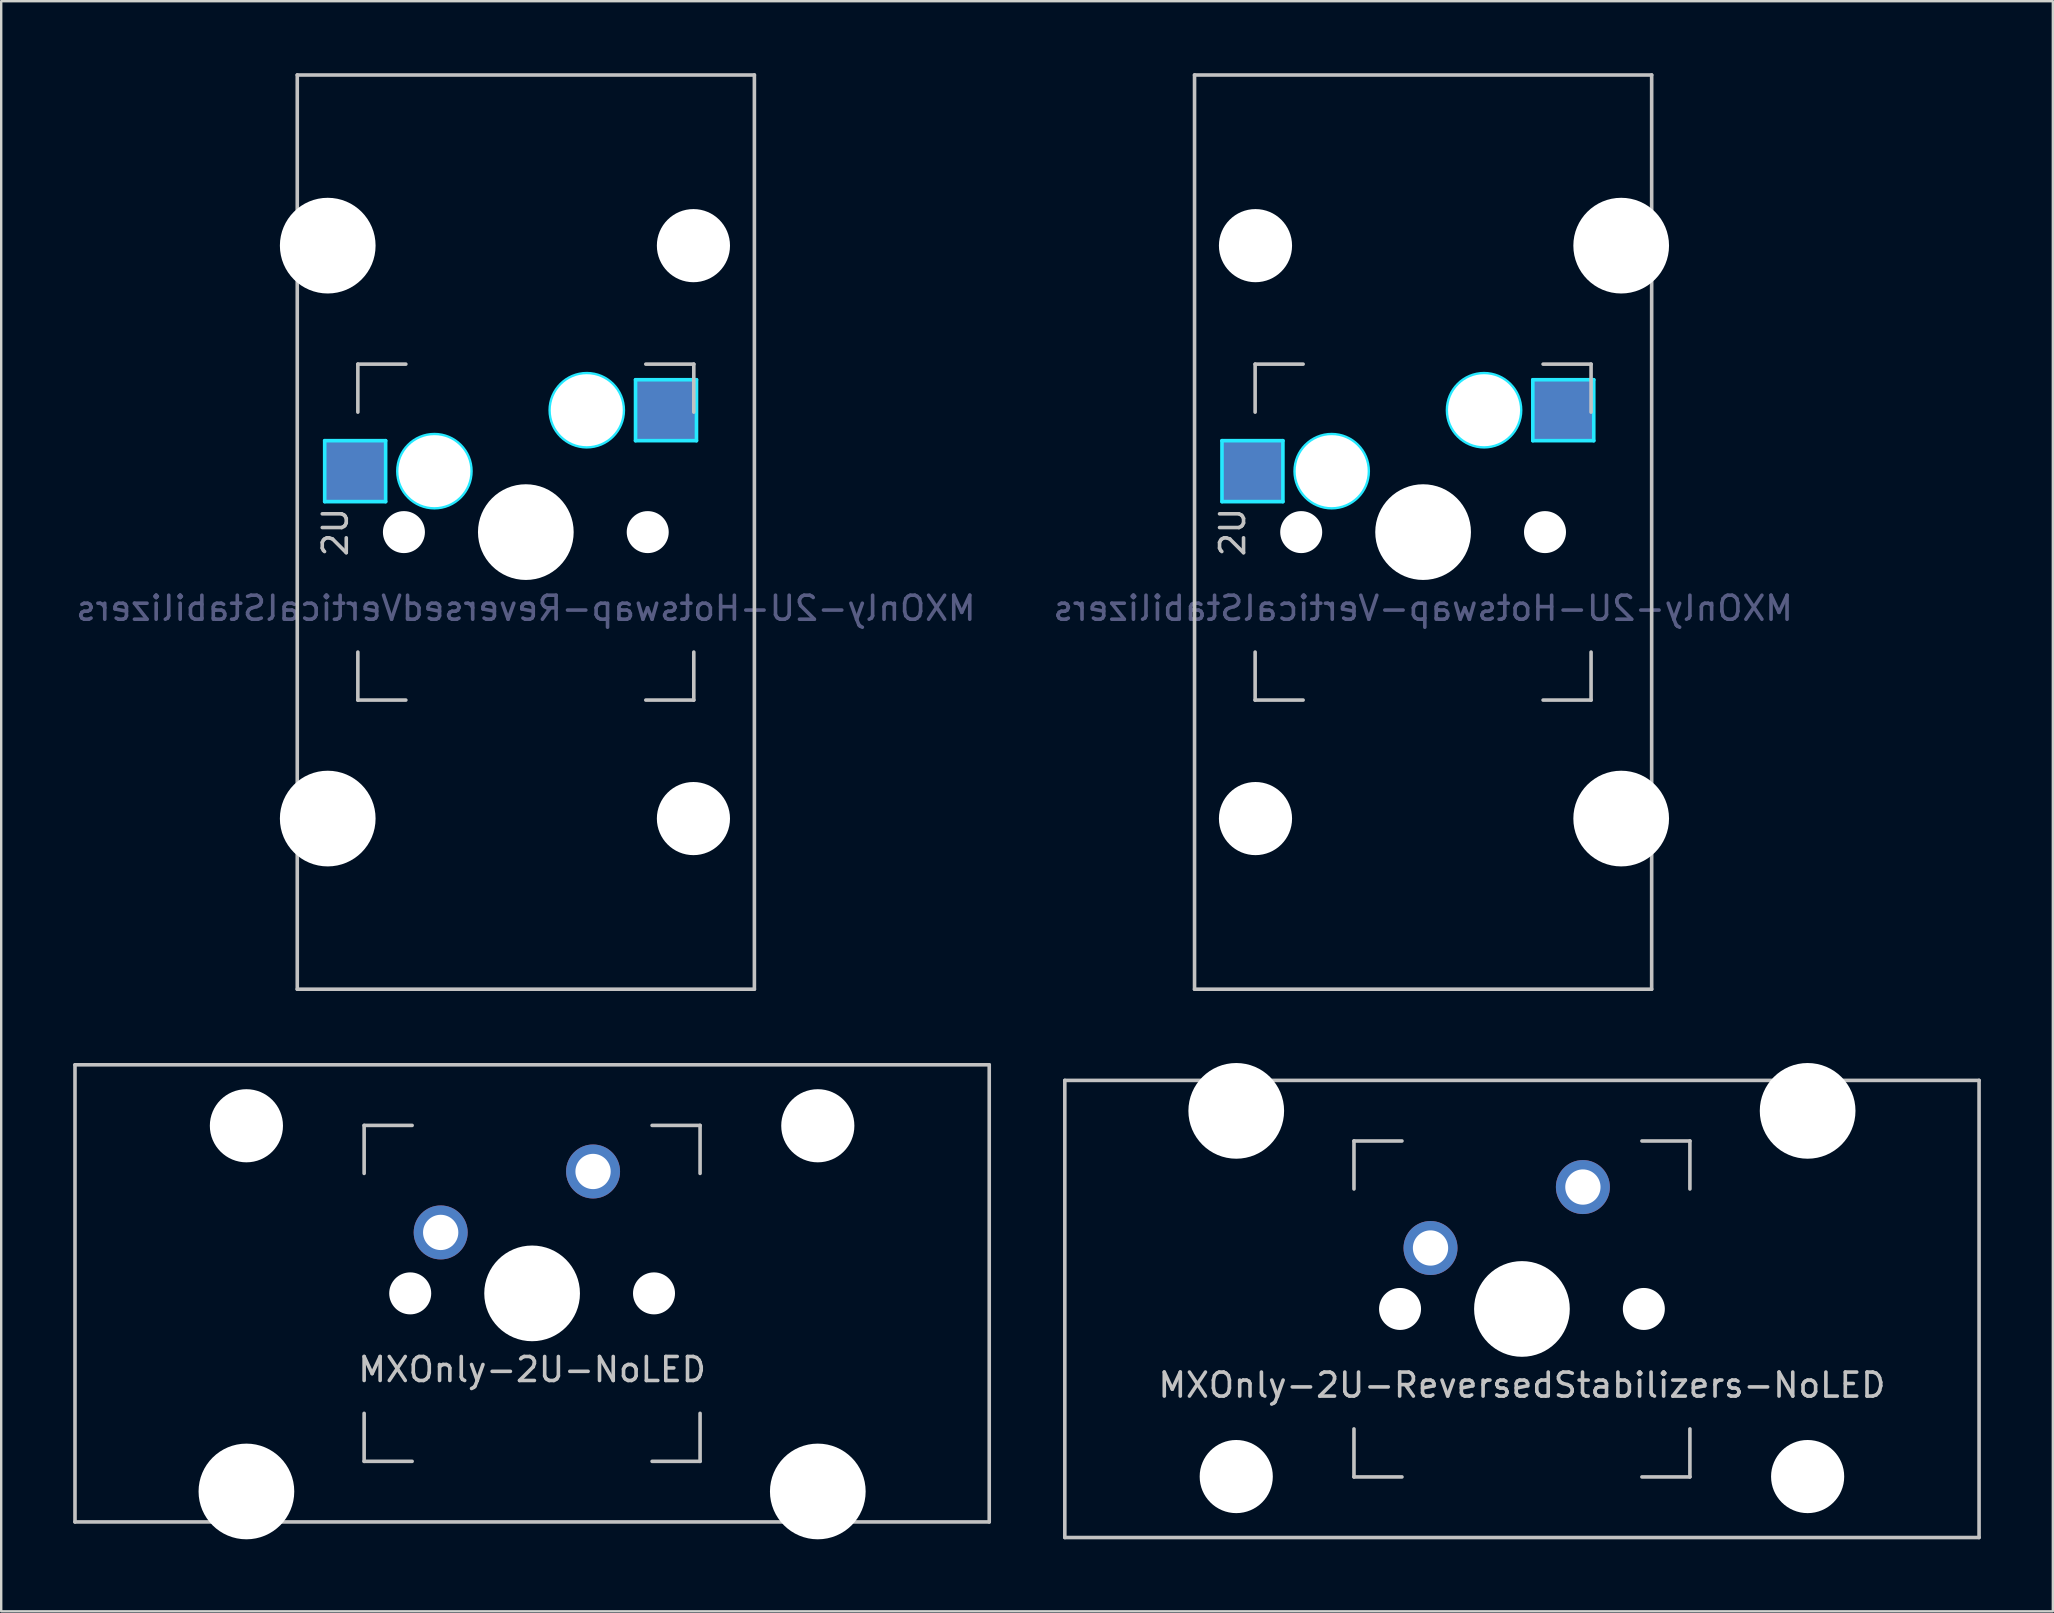
<source format=kicad_pcb>
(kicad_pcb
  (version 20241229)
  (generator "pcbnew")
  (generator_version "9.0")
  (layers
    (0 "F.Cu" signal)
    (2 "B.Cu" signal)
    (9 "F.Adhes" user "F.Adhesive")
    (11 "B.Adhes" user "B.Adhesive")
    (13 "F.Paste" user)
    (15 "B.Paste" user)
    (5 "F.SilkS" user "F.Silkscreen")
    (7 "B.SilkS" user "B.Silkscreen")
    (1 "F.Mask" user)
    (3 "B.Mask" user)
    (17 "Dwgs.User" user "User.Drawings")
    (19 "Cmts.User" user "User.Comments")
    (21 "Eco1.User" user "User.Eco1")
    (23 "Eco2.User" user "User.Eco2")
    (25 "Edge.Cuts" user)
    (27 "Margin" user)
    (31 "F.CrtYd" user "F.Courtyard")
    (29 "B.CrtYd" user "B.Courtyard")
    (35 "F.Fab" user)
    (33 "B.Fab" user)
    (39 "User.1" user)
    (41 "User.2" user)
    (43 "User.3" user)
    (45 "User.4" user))
  (footprint "MXOnly-2U-Hotswap-ReversedVerticalStabilizers"
    (layer "F.Cu")
    (at 18.863 19.125)
    (property "Reference" "MXOnly-2U-Hotswap-ReversedVerticalStabilizers" (at 0 3.175 0) (layer "B.Fab") (effects (font (size 1 1) (thickness 0.15)) (justify mirror)))
    (attr through_hole)
    (fp_line (start -9.525 -19.05) (end 9.525 -19.05) (stroke (width 0.15) (type solid)) (layer "Dwgs.User"))
    (fp_line (start -9.525 19.05) (end -9.525 -19.05) (stroke (width 0.15) (type solid)) (layer "Dwgs.User"))
    (fp_line (start -7 -7) (end -7 -5) (stroke (width 0.15) (type solid)) (layer "Dwgs.User"))
    (fp_line (start -7 5) (end -7 7) (stroke (width 0.15) (type solid)) (layer "Dwgs.User"))
    (fp_line (start -7 7) (end -5 7) (stroke (width 0.15) (type solid)) (layer "Dwgs.User"))
    (fp_line (start -5 -7) (end -7 -7) (stroke (width 0.15) (type solid)) (layer "Dwgs.User"))
    (fp_line (start 5 -7) (end 7 -7) (stroke (width 0.15) (type solid)) (layer "Dwgs.User"))
    (fp_line (start 5 7) (end 7 7) (stroke (width 0.15) (type solid)) (layer "Dwgs.User"))
    (fp_line (start 7 -7) (end 7 -5) (stroke (width 0.15) (type solid)) (layer "Dwgs.User"))
    (fp_line (start 7 7) (end 7 5) (stroke (width 0.15) (type solid)) (layer "Dwgs.User"))
    (fp_line (start 9.525 19.05) (end -9.525 19.05) (stroke (width 0.15) (type solid)) (layer "Dwgs.User"))
    (fp_line (start 9.525 19.05) (end 9.525 -19.05) (stroke (width 0.15) (type solid)) (layer "Dwgs.User"))
    (fp_line (start -8.382 -3.81) (end -5.842 -3.81) (stroke (width 0.15) (type solid)) (layer "B.CrtYd"))
    (fp_line (start -8.382 -1.27) (end -8.382 -3.81) (stroke (width 0.15) (type solid)) (layer "B.CrtYd"))
    (fp_line (start -5.842 -3.81) (end -5.842 -1.27) (stroke (width 0.15) (type solid)) (layer "B.CrtYd"))
    (fp_line (start -5.842 -1.27) (end -8.382 -1.27) (stroke (width 0.15) (type solid)) (layer "B.CrtYd"))
    (fp_line (start 4.572 -6.35) (end 7.112 -6.35) (stroke (width 0.15) (type solid)) (layer "B.CrtYd"))
    (fp_line (start 4.572 -3.81) (end 4.572 -6.35) (stroke (width 0.15) (type solid)) (layer "B.CrtYd"))
    (fp_line (start 7.112 -6.35) (end 7.112 -3.81) (stroke (width 0.15) (type solid)) (layer "B.CrtYd"))
    (fp_line (start 7.112 -3.81) (end 4.572 -3.81) (stroke (width 0.15) (type solid)) (layer "B.CrtYd"))
    (fp_circle (center -3.81 -2.54) (end -3.81 -4.064) (stroke (width 0.15) (type solid)) (fill no) (layer "B.CrtYd"))
    (fp_circle (center 2.54 -5.08) (end 2.54 -6.604) (stroke (width 0.15) (type solid)) (fill no) (layer "B.CrtYd"))
    (fp_text user "2U" (at -7.938 0 270) (layer "Dwgs.User") (effects (font (size 1 1) (thickness 0.15))))
    (pad "" np_thru_hole circle (at -8.255 -11.938 90) (size 3.988 3.988) (drill 3.988) (layers "*.Cu" "*.Mask"))
    (pad "" np_thru_hole circle (at -8.255 11.938 90) (size 3.988 3.988) (drill 3.988) (layers "*.Cu" "*.Mask"))
    (pad "" np_thru_hole circle (at -5.08 0 48.1) (size 1.75 1.75) (drill 1.75) (layers "*.Cu" "*.Mask"))
    (pad "" np_thru_hole circle (at -3.81 -2.54) (size 3 3) (drill 3) (layers "*.Cu" "*.Mask"))
    (pad "" np_thru_hole circle (at 0 0) (size 3.988 3.988) (drill 3.988) (layers "*.Cu" "*.Mask"))
    (pad "" np_thru_hole circle (at 2.54 -5.08) (size 3 3) (drill 3) (layers "*.Cu" "*.Mask"))
    (pad "" np_thru_hole circle (at 5.08 0 48.1) (size 1.75 1.75) (drill 1.75) (layers "*.Cu" "*.Mask"))
    (pad "" np_thru_hole circle (at 6.985 -11.938 180) (size 3.048 3.048) (drill 3.048) (layers "*.Cu" "*.Mask"))
    (pad "" np_thru_hole circle (at 6.985 11.938 90) (size 3.048 3.048) (drill 3.048) (layers "*.Cu" "*.Mask"))
    (pad "1" smd rect (at -7.085 -2.54) (size 2.55 2.5) (layers "B.Cu" "B.Mask" "B.Paste"))
    (pad "2" smd rect (at 5.842 -5.08) (size 2.55 2.5) (layers "B.Cu" "B.Mask" "B.Paste")))
  (footprint "MXOnly-2U-NoLED"
    (layer "F.Cu")
    (at 19.125 50.85)
    (property "Reference" "MXOnly-2U-NoLED" (at 0 3.175 0) (layer "Dwgs.User") (effects (font (size 1 1) (thickness 0.15))))
    (attr through_hole)
    (fp_line (start -19.05 -9.525) (end 19.05 -9.525) (stroke (width 0.15) (type solid)) (layer "Dwgs.User"))
    (fp_line (start -19.05 9.525) (end -19.05 -9.525) (stroke (width 0.15) (type solid)) (layer "Dwgs.User"))
    (fp_line (start -19.05 9.525) (end 19.05 9.525) (stroke (width 0.15) (type solid)) (layer "Dwgs.User"))
    (fp_line (start -7 -7) (end -7 -5) (stroke (width 0.15) (type solid)) (layer "Dwgs.User"))
    (fp_line (start -7 5) (end -7 7) (stroke (width 0.15) (type solid)) (layer "Dwgs.User"))
    (fp_line (start -7 7) (end -5 7) (stroke (width 0.15) (type solid)) (layer "Dwgs.User"))
    (fp_line (start -5 -7) (end -7 -7) (stroke (width 0.15) (type solid)) (layer "Dwgs.User"))
    (fp_line (start 5 -7) (end 7 -7) (stroke (width 0.15) (type solid)) (layer "Dwgs.User"))
    (fp_line (start 5 7) (end 7 7) (stroke (width 0.15) (type solid)) (layer "Dwgs.User"))
    (fp_line (start 7 -7) (end 7 -5) (stroke (width 0.15) (type solid)) (layer "Dwgs.User"))
    (fp_line (start 7 7) (end 7 5) (stroke (width 0.15) (type solid)) (layer "Dwgs.User"))
    (fp_line (start 19.05 -9.525) (end 19.05 9.525) (stroke (width 0.15) (type solid)) (layer "Dwgs.User"))
    (pad "" np_thru_hole circle (at -11.906 -6.985) (size 3.048 3.048) (drill 3.048) (layers "*.Cu" "*.Mask"))
    (pad "" np_thru_hole circle (at -11.906 8.255) (size 3.988 3.988) (drill 3.988) (layers "*.Cu" "*.Mask"))
    (pad "" np_thru_hole circle (at -5.08 0 48.1) (size 1.75 1.75) (drill 1.75) (layers "*.Cu" "*.Mask"))
    (pad "" np_thru_hole circle (at 0 0) (size 3.988 3.988) (drill 3.988) (layers "*.Cu" "*.Mask"))
    (pad "" np_thru_hole circle (at 5.08 0 48.1) (size 1.75 1.75) (drill 1.75) (layers "*.Cu" "*.Mask"))
    (pad "" np_thru_hole circle (at 11.906 -6.985) (size 3.048 3.048) (drill 3.048) (layers "*.Cu" "*.Mask"))
    (pad "" np_thru_hole circle (at 11.906 8.255) (size 3.988 3.988) (drill 3.988) (layers "*.Cu" "*.Mask"))
    (pad "1" thru_hole circle (at -3.81 -2.54) (size 2.25 2.25) (drill 1.47) (layers "*.Cu" "B.Mask"))
    (pad "2" thru_hole circle (at 2.54 -5.08) (size 2.25 2.25) (drill 1.47) (layers "*.Cu" "B.Mask")))
  (footprint "MXOnly-2U-ReversedStabilizers-NoLED"
    (layer "F.Cu")
    (at 60.375 51.499)
    (property "Reference" "MXOnly-2U-ReversedStabilizers-NoLED" (at 0 3.175 0) (layer "Dwgs.User") (effects (font (size 1 1) (thickness 0.15))))
    (attr through_hole)
    (fp_line (start -19.05 -9.525) (end 19.05 -9.525) (stroke (width 0.15) (type solid)) (layer "Dwgs.User"))
    (fp_line (start -19.05 9.525) (end -19.05 -9.525) (stroke (width 0.15) (type solid)) (layer "Dwgs.User"))
    (fp_line (start -19.05 9.525) (end 19.05 9.525) (stroke (width 0.15) (type solid)) (layer "Dwgs.User"))
    (fp_line (start -7 -7) (end -7 -5) (stroke (width 0.15) (type solid)) (layer "Dwgs.User"))
    (fp_line (start -7 5) (end -7 7) (stroke (width 0.15) (type solid)) (layer "Dwgs.User"))
    (fp_line (start -7 7) (end -5 7) (stroke (width 0.15) (type solid)) (layer "Dwgs.User"))
    (fp_line (start -5 -7) (end -7 -7) (stroke (width 0.15) (type solid)) (layer "Dwgs.User"))
    (fp_line (start 5 -7) (end 7 -7) (stroke (width 0.15) (type solid)) (layer "Dwgs.User"))
    (fp_line (start 5 7) (end 7 7) (stroke (width 0.15) (type solid)) (layer "Dwgs.User"))
    (fp_line (start 7 -7) (end 7 -5) (stroke (width 0.15) (type solid)) (layer "Dwgs.User"))
    (fp_line (start 7 7) (end 7 5) (stroke (width 0.15) (type solid)) (layer "Dwgs.User"))
    (fp_line (start 19.05 -9.525) (end 19.05 9.525) (stroke (width 0.15) (type solid)) (layer "Dwgs.User"))
    (pad "" np_thru_hole circle (at -11.906 -8.255) (size 3.988 3.988) (drill 3.988) (layers "*.Cu" "*.Mask"))
    (pad "" np_thru_hole circle (at -11.906 6.985) (size 3.048 3.048) (drill 3.048) (layers "*.Cu" "*.Mask"))
    (pad "" np_thru_hole circle (at -5.08 0 48.1) (size 1.75 1.75) (drill 1.75) (layers "*.Cu" "*.Mask"))
    (pad "" np_thru_hole circle (at 0 0) (size 3.988 3.988) (drill 3.988) (layers "*.Cu" "*.Mask"))
    (pad "" np_thru_hole circle (at 5.08 0 48.1) (size 1.75 1.75) (drill 1.75) (layers "*.Cu" "*.Mask"))
    (pad "" np_thru_hole circle (at 11.906 -8.255) (size 3.988 3.988) (drill 3.988) (layers "*.Cu" "*.Mask"))
    (pad "" np_thru_hole circle (at 11.906 6.985) (size 3.048 3.048) (drill 3.048) (layers "*.Cu" "*.Mask"))
    (pad "1" thru_hole circle (at -3.81 -2.54) (size 2.25 2.25) (drill 1.47) (layers "*.Cu" "B.Mask"))
    (pad "2" thru_hole circle (at 2.54 -5.08) (size 2.25 2.25) (drill 1.47) (layers "*.Cu" "B.Mask")))
  (footprint "MXOnly-2U-Hotswap-VerticalStabilizers"
    (layer "F.Cu")
    (at 56.256 19.125)
    (property "Reference" "MXOnly-2U-Hotswap-VerticalStabilizers" (at 0 3.175 0) (layer "B.Fab") (effects (font (size 1 1) (thickness 0.15)) (justify mirror)))
    (attr through_hole)
    (fp_line (start -9.525 -19.05) (end 9.525 -19.05) (stroke (width 0.15) (type solid)) (layer "Dwgs.User"))
    (fp_line (start -9.525 19.05) (end -9.525 -19.05) (stroke (width 0.15) (type solid)) (layer "Dwgs.User"))
    (fp_line (start -7 -7) (end -7 -5) (stroke (width 0.15) (type solid)) (layer "Dwgs.User"))
    (fp_line (start -7 5) (end -7 7) (stroke (width 0.15) (type solid)) (layer "Dwgs.User"))
    (fp_line (start -7 7) (end -5 7) (stroke (width 0.15) (type solid)) (layer "Dwgs.User"))
    (fp_line (start -5 -7) (end -7 -7) (stroke (width 0.15) (type solid)) (layer "Dwgs.User"))
    (fp_line (start 5 -7) (end 7 -7) (stroke (width 0.15) (type solid)) (layer "Dwgs.User"))
    (fp_line (start 5 7) (end 7 7) (stroke (width 0.15) (type solid)) (layer "Dwgs.User"))
    (fp_line (start 7 -7) (end 7 -5) (stroke (width 0.15) (type solid)) (layer "Dwgs.User"))
    (fp_line (start 7 7) (end 7 5) (stroke (width 0.15) (type solid)) (layer "Dwgs.User"))
    (fp_line (start 9.525 19.05) (end -9.525 19.05) (stroke (width 0.15) (type solid)) (layer "Dwgs.User"))
    (fp_line (start 9.525 19.05) (end 9.525 -19.05) (stroke (width 0.15) (type solid)) (layer "Dwgs.User"))
    (fp_line (start -8.382 -3.81) (end -5.842 -3.81) (stroke (width 0.15) (type solid)) (layer "B.CrtYd"))
    (fp_line (start -8.382 -1.27) (end -8.382 -3.81) (stroke (width 0.15) (type solid)) (layer "B.CrtYd"))
    (fp_line (start -5.842 -3.81) (end -5.842 -1.27) (stroke (width 0.15) (type solid)) (layer "B.CrtYd"))
    (fp_line (start -5.842 -1.27) (end -8.382 -1.27) (stroke (width 0.15) (type solid)) (layer "B.CrtYd"))
    (fp_line (start 4.572 -6.35) (end 7.112 -6.35) (stroke (width 0.15) (type solid)) (layer "B.CrtYd"))
    (fp_line (start 4.572 -3.81) (end 4.572 -6.35) (stroke (width 0.15) (type solid)) (layer "B.CrtYd"))
    (fp_line (start 7.112 -6.35) (end 7.112 -3.81) (stroke (width 0.15) (type solid)) (layer "B.CrtYd"))
    (fp_line (start 7.112 -3.81) (end 4.572 -3.81) (stroke (width 0.15) (type solid)) (layer "B.CrtYd"))
    (fp_circle (center -3.81 -2.54) (end -3.81 -4.064) (stroke (width 0.15) (type solid)) (fill no) (layer "B.CrtYd"))
    (fp_circle (center 2.54 -5.08) (end 2.54 -6.604) (stroke (width 0.15) (type solid)) (fill no) (layer "B.CrtYd"))
    (fp_text user "2U" (at -7.938 0 270) (layer "Dwgs.User") (effects (font (size 1 1) (thickness 0.15))))
    (pad "" np_thru_hole circle (at -6.985 -11.938 180) (size 3.048 3.048) (drill 3.048) (layers "*.Cu" "*.Mask"))
    (pad "" np_thru_hole circle (at -6.985 11.938 90) (size 3.048 3.048) (drill 3.048) (layers "*.Cu" "*.Mask"))
    (pad "" np_thru_hole circle (at -5.08 0 48.1) (size 1.75 1.75) (drill 1.75) (layers "*.Cu" "*.Mask"))
    (pad "" np_thru_hole circle (at -3.81 -2.54) (size 3 3) (drill 3) (layers "*.Cu" "*.Mask"))
    (pad "" np_thru_hole circle (at 0 0) (size 3.988 3.988) (drill 3.988) (layers "*.Cu" "*.Mask"))
    (pad "" np_thru_hole circle (at 2.54 -5.08) (size 3 3) (drill 3) (layers "*.Cu" "*.Mask"))
    (pad "" np_thru_hole circle (at 5.08 0 48.1) (size 1.75 1.75) (drill 1.75) (layers "*.Cu" "*.Mask"))
    (pad "" np_thru_hole circle (at 8.255 -11.938 90) (size 3.988 3.988) (drill 3.988) (layers "*.Cu" "*.Mask"))
    (pad "" np_thru_hole circle (at 8.255 11.938 90) (size 3.988 3.988) (drill 3.988) (layers "*.Cu" "*.Mask"))
    (pad "1" smd rect (at -7.085 -2.54) (size 2.55 2.5) (layers "B.Cu" "B.Mask" "B.Paste"))
    (pad "2" smd rect (at 5.842 -5.08) (size 2.55 2.5) (layers "B.Cu" "B.Mask" "B.Paste")))
  (gr_rect
    (start -3 -3)
    (end 82.5 64.099)
    (stroke (width 0.1) (type default))
    (fill no)
    (layer "Edge.Cuts")))
</source>
